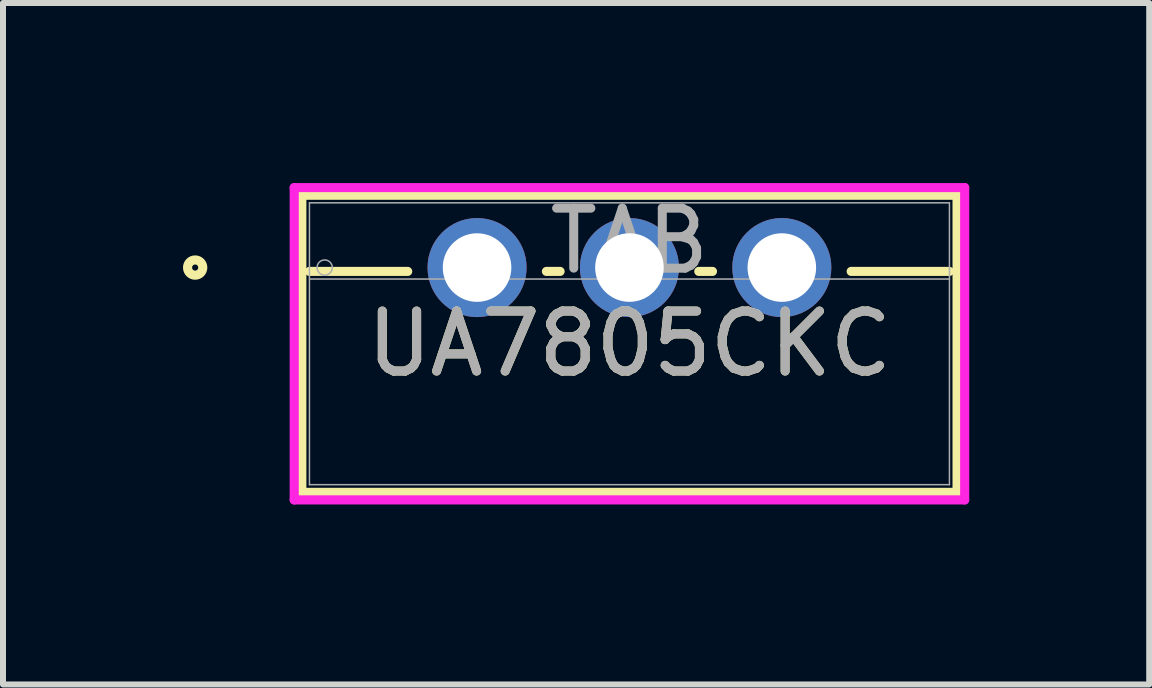
<source format=kicad_pcb>
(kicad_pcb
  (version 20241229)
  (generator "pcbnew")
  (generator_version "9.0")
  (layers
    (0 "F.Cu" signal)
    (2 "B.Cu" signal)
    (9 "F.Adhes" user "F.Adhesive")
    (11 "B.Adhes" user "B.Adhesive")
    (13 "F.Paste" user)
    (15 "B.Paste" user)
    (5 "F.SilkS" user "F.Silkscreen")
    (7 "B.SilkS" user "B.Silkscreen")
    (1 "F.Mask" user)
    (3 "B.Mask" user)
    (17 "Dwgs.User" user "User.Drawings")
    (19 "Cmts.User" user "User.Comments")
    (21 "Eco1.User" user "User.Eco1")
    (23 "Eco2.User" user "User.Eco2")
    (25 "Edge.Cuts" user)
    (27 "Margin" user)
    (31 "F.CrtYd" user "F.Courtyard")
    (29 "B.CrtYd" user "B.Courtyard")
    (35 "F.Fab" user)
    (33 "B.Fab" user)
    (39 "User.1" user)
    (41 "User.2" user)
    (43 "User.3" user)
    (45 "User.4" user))
  (footprint "UA7805CKC"
    (layer "F.Cu")
    (at 4.902 1.41)
    (property "Reference" "UA7805CKC" (at 2.54 1.27 0) (unlocked yes) (layer "F.SilkS") (effects (font (size 1 1) (thickness 0.15))))
    (attr through_hole)
    (fp_line (start -2.921 -1.206) (end -2.921 3.747) (stroke (width 0.152) (type solid)) (layer "F.SilkS"))
    (fp_line (start -2.921 3.747) (end 8.001 3.747) (stroke (width 0.152) (type solid)) (layer "F.SilkS"))
    (fp_line (start -2.794 0.064) (end -1.156 0.064) (stroke (width 0.152) (type solid)) (layer "F.SilkS"))
    (fp_line (start 1.156 0.064) (end 1.384 0.064) (stroke (width 0.152) (type solid)) (layer "F.SilkS"))
    (fp_line (start 3.696 0.064) (end 3.924 0.064) (stroke (width 0.152) (type solid)) (layer "F.SilkS"))
    (fp_line (start 6.236 0.064) (end 7.874 0.064) (stroke (width 0.152) (type solid)) (layer "F.SilkS"))
    (fp_line (start 8.001 -1.206) (end -2.921 -1.206) (stroke (width 0.152) (type solid)) (layer "F.SilkS"))
    (fp_line (start 8.001 3.747) (end 8.001 -1.206) (stroke (width 0.152) (type solid)) (layer "F.SilkS"))
    (fp_circle (center -4.699 0) (end -4.572 0) (stroke (width 0.152) (type solid)) (fill no) (layer "F.SilkS"))
    (fp_line (start -3.048 -1.333) (end -3.048 3.873) (stroke (width 0.152) (type solid)) (layer "F.CrtYd"))
    (fp_line (start -3.048 3.873) (end 8.128 3.873) (stroke (width 0.152) (type solid)) (layer "F.CrtYd"))
    (fp_line (start 8.128 -1.333) (end -3.048 -1.333) (stroke (width 0.152) (type solid)) (layer "F.CrtYd"))
    (fp_line (start 8.128 3.873) (end 8.128 -1.333) (stroke (width 0.152) (type solid)) (layer "F.CrtYd"))
    (fp_line (start -2.794 -1.079) (end -2.794 3.619) (stroke (width 0.025) (type solid)) (layer "F.Fab"))
    (fp_line (start -2.794 0.191) (end 7.874 0.191) (stroke (width 0.025) (type solid)) (layer "F.Fab"))
    (fp_line (start -2.794 3.619) (end 7.874 3.619) (stroke (width 0.025) (type solid)) (layer "F.Fab"))
    (fp_line (start 7.874 -1.079) (end -2.794 -1.079) (stroke (width 0.025) (type solid)) (layer "F.Fab"))
    (fp_line (start 7.874 3.619) (end 7.874 -1.079) (stroke (width 0.025) (type solid)) (layer "F.Fab"))
    (fp_circle (center -2.54 0) (end -2.413 0) (stroke (width 0.025) (type solid)) (fill no) (layer "F.Fab"))
    (fp_text user "${REFERENCE}" (at 2.54 1.27 0) (unlocked yes) (layer "F.Fab") (effects (font (size 1 1) (thickness 0.15))))
    (fp_text user "TAB" (at 2.54 -0.445 0) (unlocked yes) (layer "F.Fab") (effects (font (size 1 1) (thickness 0.15))))
    (pad "1" thru_hole circle (at 0 0) (size 1.651 1.651) (drill 1.143) (layers "*.Cu" "*.Mask"))
    (pad "2" thru_hole circle (at 2.54 0) (size 1.651 1.651) (drill 1.143) (layers "*.Cu" "*.Mask"))
    (pad "3" thru_hole circle (at 5.08 0) (size 1.651 1.651) (drill 1.143) (layers "*.Cu" "*.Mask")))
  (gr_rect
    (start -3 -3)
    (end 16.106 8.359)
    (stroke (width 0.1) (type default))
    (fill no)
    (layer "Edge.Cuts")))
</source>
